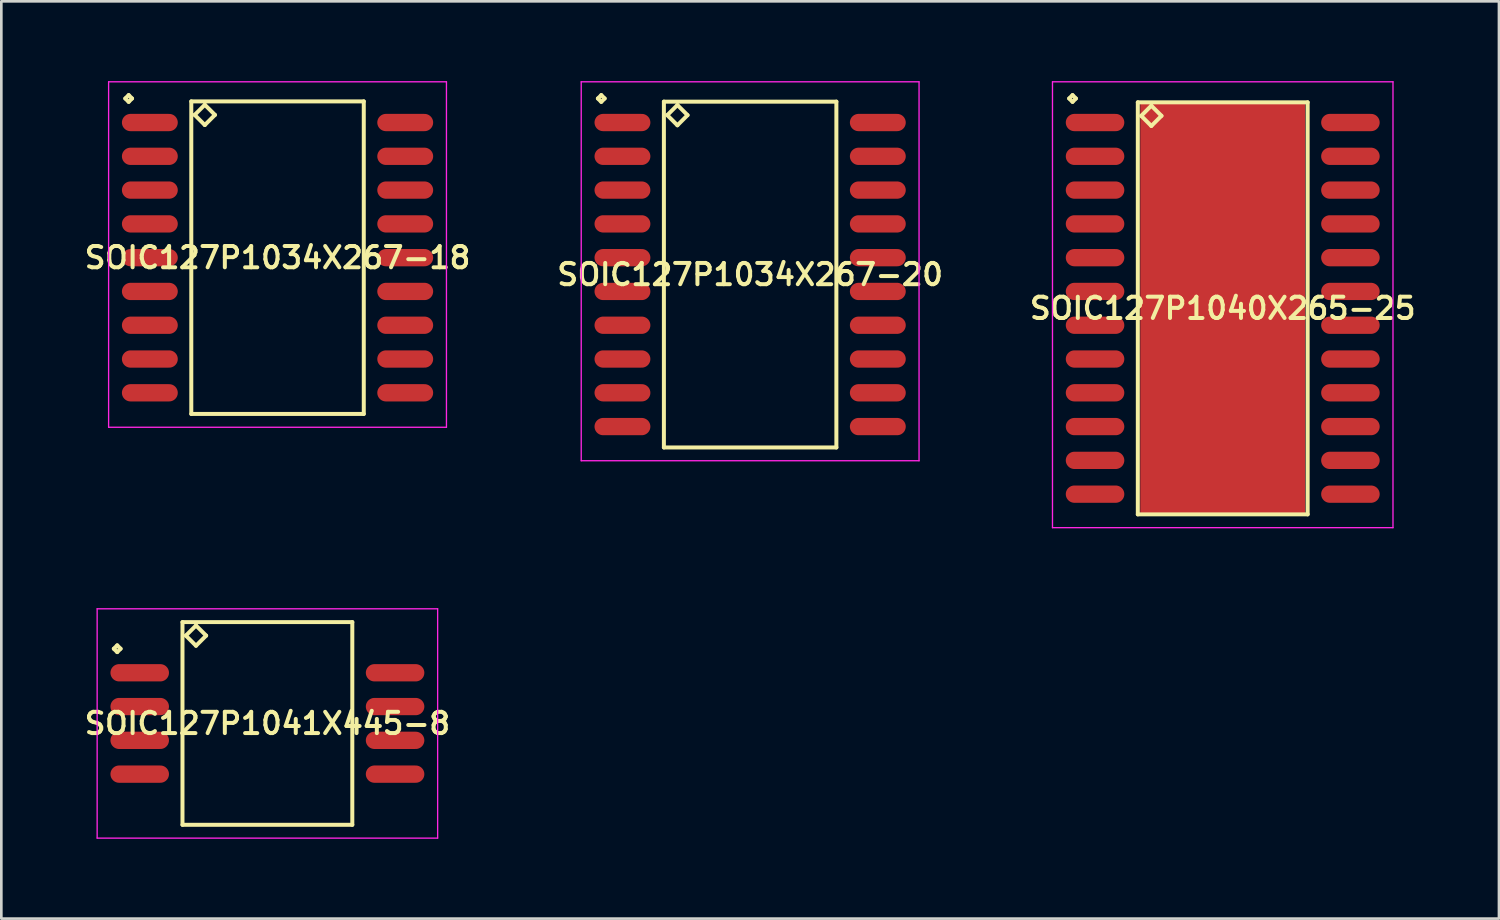
<source format=kicad_pcb>
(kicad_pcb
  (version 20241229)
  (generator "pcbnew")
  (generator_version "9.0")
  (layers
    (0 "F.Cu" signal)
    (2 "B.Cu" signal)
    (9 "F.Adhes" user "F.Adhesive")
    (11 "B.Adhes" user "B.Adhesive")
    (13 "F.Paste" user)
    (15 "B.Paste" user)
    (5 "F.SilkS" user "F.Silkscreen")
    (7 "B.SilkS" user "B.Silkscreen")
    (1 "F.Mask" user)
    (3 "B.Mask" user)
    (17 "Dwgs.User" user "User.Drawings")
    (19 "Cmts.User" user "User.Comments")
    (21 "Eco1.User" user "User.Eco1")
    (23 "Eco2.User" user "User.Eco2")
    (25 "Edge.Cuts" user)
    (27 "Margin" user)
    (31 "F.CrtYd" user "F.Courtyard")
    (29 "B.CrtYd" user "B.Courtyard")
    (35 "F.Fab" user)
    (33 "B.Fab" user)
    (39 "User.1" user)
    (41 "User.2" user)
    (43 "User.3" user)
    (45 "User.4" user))
  (footprint "SOIC127P1041X445-8"
    (layer "F.Cu")
    (at 7.002 24.146)
    (property "Reference" "SOIC127P1041X445-8" (at 0 0 0) (layer "F.SilkS") (effects (font (size 0.8 0.8) (thickness 0.15))))
    (attr smd)
    (fp_line (start -5.773 -2.809) (end -5.646 -2.936) (stroke (width 0.15) (type solid)) (layer "F.SilkS"))
    (fp_line (start -5.646 -2.936) (end -5.519 -2.809) (stroke (width 0.15) (type solid)) (layer "F.SilkS"))
    (fp_line (start -5.646 -2.682) (end -5.773 -2.809) (stroke (width 0.15) (type solid)) (layer "F.SilkS"))
    (fp_line (start -5.519 -2.809) (end -5.646 -2.682) (stroke (width 0.15) (type solid)) (layer "F.SilkS"))
    (fp_line (start -3.192 -3.81) (end -3.192 3.81) (stroke (width 0.15) (type solid)) (layer "F.SilkS"))
    (fp_line (start -3.192 3.81) (end 3.192 3.81) (stroke (width 0.15) (type solid)) (layer "F.SilkS"))
    (fp_line (start -3.065 -3.302) (end -2.684 -3.683) (stroke (width 0.15) (type solid)) (layer "F.SilkS"))
    (fp_line (start -2.684 -3.683) (end -2.303 -3.302) (stroke (width 0.15) (type solid)) (layer "F.SilkS"))
    (fp_line (start -2.684 -2.921) (end -3.065 -3.302) (stroke (width 0.15) (type solid)) (layer "F.SilkS"))
    (fp_line (start -2.303 -3.302) (end -2.684 -2.921) (stroke (width 0.15) (type solid)) (layer "F.SilkS"))
    (fp_line (start 3.192 -3.81) (end -3.192 -3.81) (stroke (width 0.15) (type solid)) (layer "F.SilkS"))
    (fp_line (start 3.192 3.81) (end 3.192 -3.81) (stroke (width 0.15) (type solid)) (layer "F.SilkS"))
    (fp_line (start -6.4 -4.31) (end 6.4 -4.31) (stroke (width 0.05) (type solid)) (layer "F.CrtYd"))
    (fp_line (start -6.4 4.31) (end -6.4 -4.31) (stroke (width 0.05) (type solid)) (layer "F.CrtYd"))
    (fp_line (start 6.4 -4.31) (end 6.4 4.31) (stroke (width 0.05) (type solid)) (layer "F.CrtYd"))
    (fp_line (start 6.4 4.31) (end -6.4 4.31) (stroke (width 0.05) (type solid)) (layer "F.CrtYd"))
    (pad "1" smd oval (at -4.8 -1.905) (size 2.2 0.65) (layers "F.Cu" "F.Mask" "F.Paste"))
    (pad "2" smd oval (at -4.8 -0.635) (size 2.2 0.65) (layers "F.Cu" "F.Mask" "F.Paste"))
    (pad "3" smd oval (at -4.8 0.635) (size 2.2 0.65) (layers "F.Cu" "F.Mask" "F.Paste"))
    (pad "4" smd oval (at -4.8 1.905) (size 2.2 0.65) (layers "F.Cu" "F.Mask" "F.Paste"))
    (pad "5" smd oval (at 4.8 1.905) (size 2.2 0.65) (layers "F.Cu" "F.Mask" "F.Paste"))
    (pad "6" smd oval (at 4.8 0.635) (size 2.2 0.65) (layers "F.Cu" "F.Mask" "F.Paste"))
    (pad "7" smd oval (at 4.8 -0.635) (size 2.2 0.65) (layers "F.Cu" "F.Mask" "F.Paste"))
    (pad "8" smd oval (at 4.8 -1.905) (size 2.2 0.65) (layers "F.Cu" "F.Mask" "F.Paste")))
  (footprint "SOIC127P1040X265-25"
    (layer "F.Cu")
    (at 42.915 8.541)
    (property "Reference" "SOIC127P1040X265-25" (at 0 0 0) (layer "F.SilkS") (effects (font (size 0.8 0.8) (thickness 0.15))))
    (attr smd)
    (fp_line (start -5.773 -7.889) (end -5.646 -8.016) (stroke (width 0.15) (type solid)) (layer "F.SilkS"))
    (fp_line (start -5.646 -8.016) (end -5.519 -7.889) (stroke (width 0.15) (type solid)) (layer "F.SilkS"))
    (fp_line (start -5.646 -7.762) (end -5.773 -7.889) (stroke (width 0.15) (type solid)) (layer "F.SilkS"))
    (fp_line (start -5.519 -7.889) (end -5.646 -7.762) (stroke (width 0.15) (type solid)) (layer "F.SilkS"))
    (fp_line (start -3.192 -7.745) (end -3.192 7.745) (stroke (width 0.15) (type solid)) (layer "F.SilkS"))
    (fp_line (start -3.192 7.745) (end 3.192 7.745) (stroke (width 0.15) (type solid)) (layer "F.SilkS"))
    (fp_line (start -3.065 -7.237) (end -2.684 -7.618) (stroke (width 0.15) (type solid)) (layer "F.SilkS"))
    (fp_line (start -2.684 -7.618) (end -2.303 -7.237) (stroke (width 0.15) (type solid)) (layer "F.SilkS"))
    (fp_line (start -2.684 -6.856) (end -3.065 -7.237) (stroke (width 0.15) (type solid)) (layer "F.SilkS"))
    (fp_line (start -2.303 -7.237) (end -2.684 -6.856) (stroke (width 0.15) (type solid)) (layer "F.SilkS"))
    (fp_line (start 3.192 -7.745) (end -3.192 -7.745) (stroke (width 0.15) (type solid)) (layer "F.SilkS"))
    (fp_line (start 3.192 7.745) (end 3.192 -7.745) (stroke (width 0.15) (type solid)) (layer "F.SilkS"))
    (fp_line (start -6.4 -8.516) (end 6.4 -8.516) (stroke (width 0.05) (type solid)) (layer "F.CrtYd"))
    (fp_line (start -6.4 8.245) (end -6.4 -8.516) (stroke (width 0.05) (type solid)) (layer "F.CrtYd"))
    (fp_line (start 6.4 -8.516) (end 6.4 8.245) (stroke (width 0.05) (type solid)) (layer "F.CrtYd"))
    (fp_line (start 6.4 8.245) (end -6.4 8.245) (stroke (width 0.05) (type solid)) (layer "F.CrtYd"))
    (pad "1" smd oval (at -4.8 -6.985) (size 2.2 0.65) (layers "F.Cu" "F.Mask" "F.Paste"))
    (pad "2" smd oval (at -4.8 -5.715) (size 2.2 0.65) (layers "F.Cu" "F.Mask" "F.Paste"))
    (pad "3" smd oval (at -4.8 -4.445) (size 2.2 0.65) (layers "F.Cu" "F.Mask" "F.Paste"))
    (pad "4" smd oval (at -4.8 -3.175) (size 2.2 0.65) (layers "F.Cu" "F.Mask" "F.Paste"))
    (pad "5" smd oval (at -4.8 -1.905) (size 2.2 0.65) (layers "F.Cu" "F.Mask" "F.Paste"))
    (pad "6" smd oval (at -4.8 -0.635) (size 2.2 0.65) (layers "F.Cu" "F.Mask" "F.Paste"))
    (pad "7" smd oval (at -4.8 0.635) (size 2.2 0.65) (layers "F.Cu" "F.Mask" "F.Paste"))
    (pad "8" smd oval (at -4.8 1.905) (size 2.2 0.65) (layers "F.Cu" "F.Mask" "F.Paste"))
    (pad "9" smd oval (at -4.8 3.175) (size 2.2 0.65) (layers "F.Cu" "F.Mask" "F.Paste"))
    (pad "10" smd oval (at -4.8 4.445) (size 2.2 0.65) (layers "F.Cu" "F.Mask" "F.Paste"))
    (pad "11" smd oval (at -4.8 5.715) (size 2.2 0.65) (layers "F.Cu" "F.Mask" "F.Paste"))
    (pad "12" smd oval (at -4.8 6.985) (size 2.2 0.65) (layers "F.Cu" "F.Mask" "F.Paste"))
    (pad "13" smd oval (at 4.8 6.985) (size 2.2 0.65) (layers "F.Cu" "F.Mask" "F.Paste"))
    (pad "14" smd oval (at 4.8 5.715) (size 2.2 0.65) (layers "F.Cu" "F.Mask" "F.Paste"))
    (pad "15" smd oval (at 4.8 4.445) (size 2.2 0.65) (layers "F.Cu" "F.Mask" "F.Paste"))
    (pad "16" smd oval (at 4.8 3.175) (size 2.2 0.65) (layers "F.Cu" "F.Mask" "F.Paste"))
    (pad "17" smd oval (at 4.8 1.905) (size 2.2 0.65) (layers "F.Cu" "F.Mask" "F.Paste"))
    (pad "18" smd oval (at 4.8 0.635) (size 2.2 0.65) (layers "F.Cu" "F.Mask" "F.Paste"))
    (pad "19" smd oval (at 4.8 -0.635) (size 2.2 0.65) (layers "F.Cu" "F.Mask" "F.Paste"))
    (pad "20" smd oval (at 4.8 -1.905) (size 2.2 0.65) (layers "F.Cu" "F.Mask" "F.Paste"))
    (pad "21" smd oval (at 4.8 -3.175) (size 2.2 0.65) (layers "F.Cu" "F.Mask" "F.Paste"))
    (pad "22" smd oval (at 4.8 -4.445) (size 2.2 0.65) (layers "F.Cu" "F.Mask" "F.Paste"))
    (pad "23" smd oval (at 4.8 -5.715) (size 2.2 0.65) (layers "F.Cu" "F.Mask" "F.Paste"))
    (pad "24" smd oval (at 4.8 -6.985) (size 2.2 0.65) (layers "F.Cu" "F.Mask" "F.Paste"))
    (pad "25" smd rect (at 0 0) (size 6.2 15.45) (layers "F.Cu" "F.Mask" "F.Paste")))
  (footprint "SOIC127P1034X267-18"
    (layer "F.Cu")
    (at 7.383 6.636)
    (property "Reference" "SOIC127P1034X267-18" (at 0 0 0) (layer "F.SilkS") (effects (font (size 0.8 0.8) (thickness 0.15))))
    (attr smd)
    (fp_line (start -5.723 -5.984) (end -5.596 -6.111) (stroke (width 0.15) (type solid)) (layer "F.SilkS"))
    (fp_line (start -5.596 -6.111) (end -5.469 -5.984) (stroke (width 0.15) (type solid)) (layer "F.SilkS"))
    (fp_line (start -5.596 -5.857) (end -5.723 -5.984) (stroke (width 0.15) (type solid)) (layer "F.SilkS"))
    (fp_line (start -5.469 -5.984) (end -5.596 -5.857) (stroke (width 0.15) (type solid)) (layer "F.SilkS"))
    (fp_line (start -3.242 -5.875) (end -3.242 5.875) (stroke (width 0.15) (type solid)) (layer "F.SilkS"))
    (fp_line (start -3.242 5.875) (end 3.242 5.875) (stroke (width 0.15) (type solid)) (layer "F.SilkS"))
    (fp_line (start -3.115 -5.367) (end -2.734 -5.748) (stroke (width 0.15) (type solid)) (layer "F.SilkS"))
    (fp_line (start -2.734 -5.748) (end -2.353 -5.367) (stroke (width 0.15) (type solid)) (layer "F.SilkS"))
    (fp_line (start -2.734 -4.986) (end -3.115 -5.367) (stroke (width 0.15) (type solid)) (layer "F.SilkS"))
    (fp_line (start -2.353 -5.367) (end -2.734 -4.986) (stroke (width 0.15) (type solid)) (layer "F.SilkS"))
    (fp_line (start 3.242 -5.875) (end -3.242 -5.875) (stroke (width 0.15) (type solid)) (layer "F.SilkS"))
    (fp_line (start 3.242 5.875) (end 3.242 -5.875) (stroke (width 0.15) (type solid)) (layer "F.SilkS"))
    (fp_line (start -6.35 -6.611) (end 6.35 -6.611) (stroke (width 0.05) (type solid)) (layer "F.CrtYd"))
    (fp_line (start -6.35 6.375) (end -6.35 -6.611) (stroke (width 0.05) (type solid)) (layer "F.CrtYd"))
    (fp_line (start 6.35 -6.611) (end 6.35 6.375) (stroke (width 0.05) (type solid)) (layer "F.CrtYd"))
    (fp_line (start 6.35 6.375) (end -6.35 6.375) (stroke (width 0.05) (type solid)) (layer "F.CrtYd"))
    (pad "1" smd oval (at -4.8 -5.08) (size 2.1 0.65) (layers "F.Cu" "F.Mask" "F.Paste"))
    (pad "2" smd oval (at -4.8 -3.81) (size 2.1 0.65) (layers "F.Cu" "F.Mask" "F.Paste"))
    (pad "3" smd oval (at -4.8 -2.54) (size 2.1 0.65) (layers "F.Cu" "F.Mask" "F.Paste"))
    (pad "4" smd oval (at -4.8 -1.27) (size 2.1 0.65) (layers "F.Cu" "F.Mask" "F.Paste"))
    (pad "5" smd oval (at -4.8 0) (size 2.1 0.65) (layers "F.Cu" "F.Mask" "F.Paste"))
    (pad "6" smd oval (at -4.8 1.27) (size 2.1 0.65) (layers "F.Cu" "F.Mask" "F.Paste"))
    (pad "7" smd oval (at -4.8 2.54) (size 2.1 0.65) (layers "F.Cu" "F.Mask" "F.Paste"))
    (pad "8" smd oval (at -4.8 3.81) (size 2.1 0.65) (layers "F.Cu" "F.Mask" "F.Paste"))
    (pad "9" smd oval (at -4.8 5.08) (size 2.1 0.65) (layers "F.Cu" "F.Mask" "F.Paste"))
    (pad "10" smd oval (at 4.8 5.08) (size 2.1 0.65) (layers "F.Cu" "F.Mask" "F.Paste"))
    (pad "11" smd oval (at 4.8 3.81) (size 2.1 0.65) (layers "F.Cu" "F.Mask" "F.Paste"))
    (pad "12" smd oval (at 4.8 2.54) (size 2.1 0.65) (layers "F.Cu" "F.Mask" "F.Paste"))
    (pad "13" smd oval (at 4.8 1.27) (size 2.1 0.65) (layers "F.Cu" "F.Mask" "F.Paste"))
    (pad "14" smd oval (at 4.8 0) (size 2.1 0.65) (layers "F.Cu" "F.Mask" "F.Paste"))
    (pad "15" smd oval (at 4.8 -1.27) (size 2.1 0.65) (layers "F.Cu" "F.Mask" "F.Paste"))
    (pad "16" smd oval (at 4.8 -2.54) (size 2.1 0.65) (layers "F.Cu" "F.Mask" "F.Paste"))
    (pad "17" smd oval (at 4.8 -3.81) (size 2.1 0.65) (layers "F.Cu" "F.Mask" "F.Paste"))
    (pad "18" smd oval (at 4.8 -5.08) (size 2.1 0.65) (layers "F.Cu" "F.Mask" "F.Paste")))
  (footprint "SOIC127P1034X267-20"
    (layer "F.Cu")
    (at 25.149 7.271)
    (property "Reference" "SOIC127P1034X267-20" (at 0 0 0) (layer "F.SilkS") (effects (font (size 0.8 0.8) (thickness 0.15))))
    (attr smd)
    (fp_line (start -5.723 -6.619) (end -5.596 -6.746) (stroke (width 0.15) (type solid)) (layer "F.SilkS"))
    (fp_line (start -5.596 -6.746) (end -5.469 -6.619) (stroke (width 0.15) (type solid)) (layer "F.SilkS"))
    (fp_line (start -5.596 -6.492) (end -5.723 -6.619) (stroke (width 0.15) (type solid)) (layer "F.SilkS"))
    (fp_line (start -5.469 -6.619) (end -5.596 -6.492) (stroke (width 0.15) (type solid)) (layer "F.SilkS"))
    (fp_line (start -3.242 -6.5) (end -3.242 6.5) (stroke (width 0.15) (type solid)) (layer "F.SilkS"))
    (fp_line (start -3.242 6.5) (end 3.242 6.5) (stroke (width 0.15) (type solid)) (layer "F.SilkS"))
    (fp_line (start -3.115 -5.992) (end -2.734 -6.373) (stroke (width 0.15) (type solid)) (layer "F.SilkS"))
    (fp_line (start -2.734 -6.373) (end -2.353 -5.992) (stroke (width 0.15) (type solid)) (layer "F.SilkS"))
    (fp_line (start -2.734 -5.611) (end -3.115 -5.992) (stroke (width 0.15) (type solid)) (layer "F.SilkS"))
    (fp_line (start -2.353 -5.992) (end -2.734 -5.611) (stroke (width 0.15) (type solid)) (layer "F.SilkS"))
    (fp_line (start 3.242 -6.5) (end -3.242 -6.5) (stroke (width 0.15) (type solid)) (layer "F.SilkS"))
    (fp_line (start 3.242 6.5) (end 3.242 -6.5) (stroke (width 0.15) (type solid)) (layer "F.SilkS"))
    (fp_line (start -6.35 -7.246) (end 6.35 -7.246) (stroke (width 0.05) (type solid)) (layer "F.CrtYd"))
    (fp_line (start -6.35 7) (end -6.35 -7.246) (stroke (width 0.05) (type solid)) (layer "F.CrtYd"))
    (fp_line (start 6.35 -7.246) (end 6.35 7) (stroke (width 0.05) (type solid)) (layer "F.CrtYd"))
    (fp_line (start 6.35 7) (end -6.35 7) (stroke (width 0.05) (type solid)) (layer "F.CrtYd"))
    (pad "1" smd oval (at -4.8 -5.715) (size 2.1 0.65) (layers "F.Cu" "F.Mask" "F.Paste"))
    (pad "2" smd oval (at -4.8 -4.445) (size 2.1 0.65) (layers "F.Cu" "F.Mask" "F.Paste"))
    (pad "3" smd oval (at -4.8 -3.175) (size 2.1 0.65) (layers "F.Cu" "F.Mask" "F.Paste"))
    (pad "4" smd oval (at -4.8 -1.905) (size 2.1 0.65) (layers "F.Cu" "F.Mask" "F.Paste"))
    (pad "5" smd oval (at -4.8 -0.635) (size 2.1 0.65) (layers "F.Cu" "F.Mask" "F.Paste"))
    (pad "6" smd oval (at -4.8 0.635) (size 2.1 0.65) (layers "F.Cu" "F.Mask" "F.Paste"))
    (pad "7" smd oval (at -4.8 1.905) (size 2.1 0.65) (layers "F.Cu" "F.Mask" "F.Paste"))
    (pad "8" smd oval (at -4.8 3.175) (size 2.1 0.65) (layers "F.Cu" "F.Mask" "F.Paste"))
    (pad "9" smd oval (at -4.8 4.445) (size 2.1 0.65) (layers "F.Cu" "F.Mask" "F.Paste"))
    (pad "10" smd oval (at -4.8 5.715) (size 2.1 0.65) (layers "F.Cu" "F.Mask" "F.Paste"))
    (pad "11" smd oval (at 4.8 5.715) (size 2.1 0.65) (layers "F.Cu" "F.Mask" "F.Paste"))
    (pad "12" smd oval (at 4.8 4.445) (size 2.1 0.65) (layers "F.Cu" "F.Mask" "F.Paste"))
    (pad "13" smd oval (at 4.8 3.175) (size 2.1 0.65) (layers "F.Cu" "F.Mask" "F.Paste"))
    (pad "14" smd oval (at 4.8 1.905) (size 2.1 0.65) (layers "F.Cu" "F.Mask" "F.Paste"))
    (pad "15" smd oval (at 4.8 0.635) (size 2.1 0.65) (layers "F.Cu" "F.Mask" "F.Paste"))
    (pad "16" smd oval (at 4.8 -0.635) (size 2.1 0.65) (layers "F.Cu" "F.Mask" "F.Paste"))
    (pad "17" smd oval (at 4.8 -1.905) (size 2.1 0.65) (layers "F.Cu" "F.Mask" "F.Paste"))
    (pad "18" smd oval (at 4.8 -3.175) (size 2.1 0.65) (layers "F.Cu" "F.Mask" "F.Paste"))
    (pad "19" smd oval (at 4.8 -4.445) (size 2.1 0.65) (layers "F.Cu" "F.Mask" "F.Paste"))
    (pad "20" smd oval (at 4.8 -5.715) (size 2.1 0.65) (layers "F.Cu" "F.Mask" "F.Paste")))
  (gr_rect
    (start -3 -3)
    (end 53.299 31.481)
    (stroke (width 0.1) (type default))
    (fill no)
    (layer "Edge.Cuts")))
</source>
